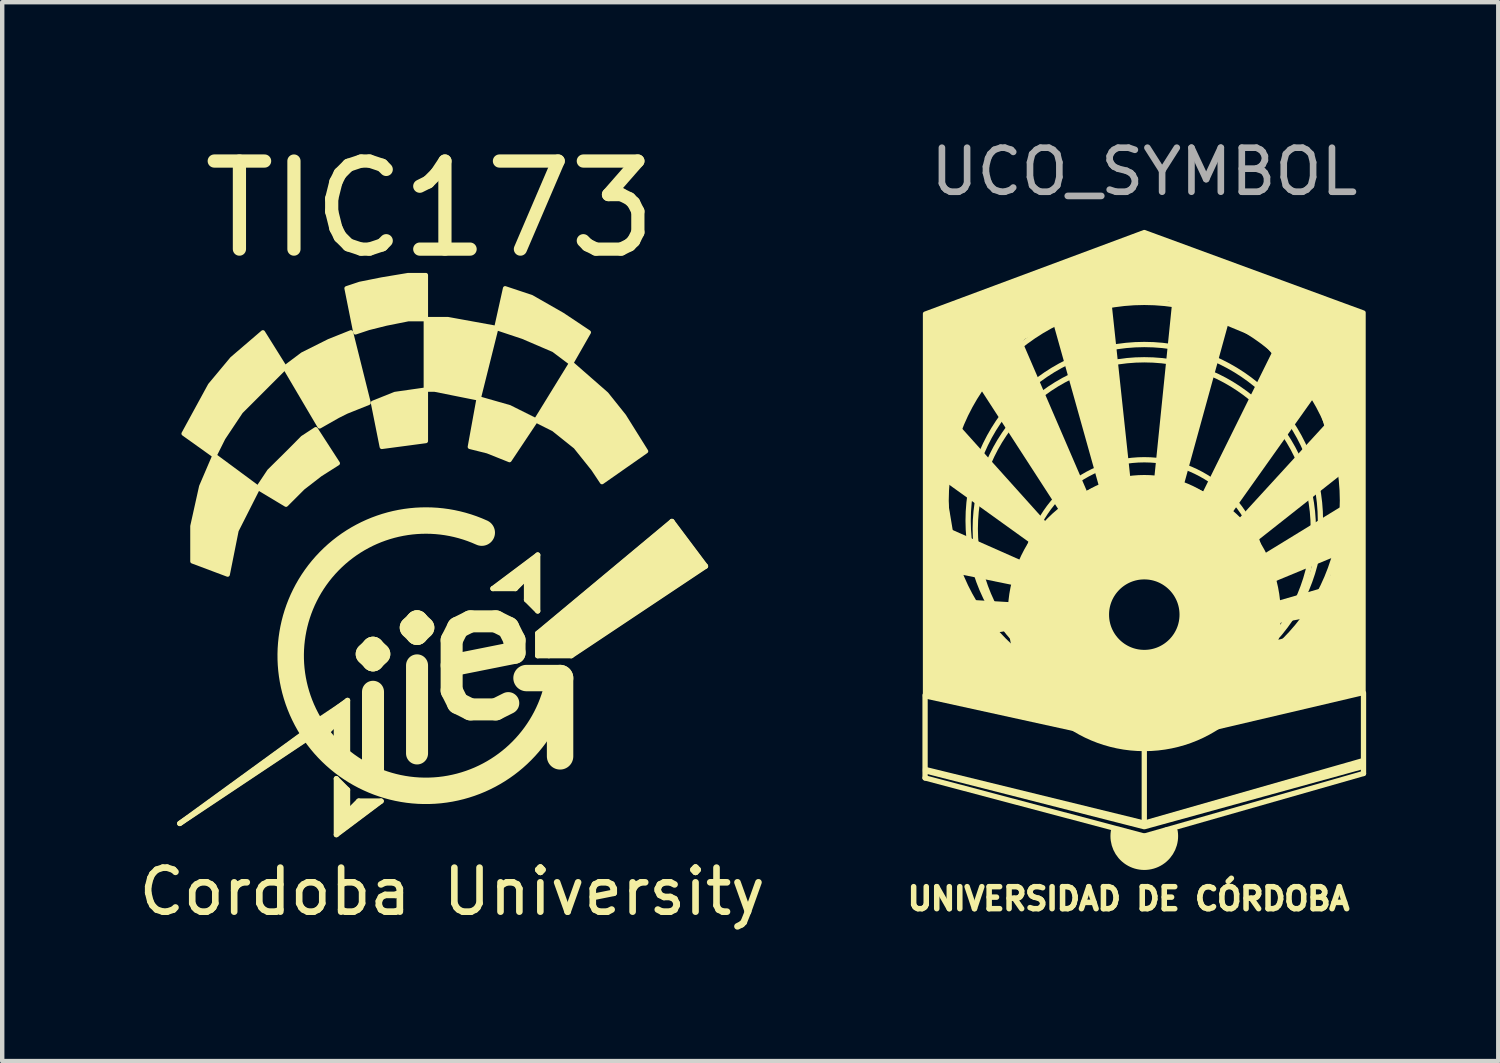
<source format=kicad_pcb>
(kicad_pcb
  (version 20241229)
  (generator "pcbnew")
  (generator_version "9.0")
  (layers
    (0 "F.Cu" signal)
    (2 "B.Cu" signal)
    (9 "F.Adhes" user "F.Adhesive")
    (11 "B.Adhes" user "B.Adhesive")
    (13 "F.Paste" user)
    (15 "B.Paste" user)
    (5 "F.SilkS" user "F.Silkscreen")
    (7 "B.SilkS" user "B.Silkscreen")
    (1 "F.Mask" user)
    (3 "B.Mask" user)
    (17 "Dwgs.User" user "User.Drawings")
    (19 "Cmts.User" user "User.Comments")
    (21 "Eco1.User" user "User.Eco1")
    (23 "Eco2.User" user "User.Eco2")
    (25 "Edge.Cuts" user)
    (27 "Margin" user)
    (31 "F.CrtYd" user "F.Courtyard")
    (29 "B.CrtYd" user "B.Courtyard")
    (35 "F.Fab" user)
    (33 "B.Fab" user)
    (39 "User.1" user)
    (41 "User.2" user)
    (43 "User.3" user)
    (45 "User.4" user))
  (footprint "TIC173"
    (layer "F.Cu")
    (at 6.62 5.997)
    (property "Reference" "TIC173" (at 0.1 -4.3 0) (layer "F.SilkS") (effects (font (size 2 2) (thickness 0.3))))
    (attr through_hole)
    (fp_line (start -5.588 9.652) (end -2.54 7.62) (stroke (width 0.12) (type solid)) (layer "F.SilkS"))
    (fp_line (start -2.794 7.62) (end -5.588 9.652) (stroke (width 0.12) (type solid)) (layer "F.SilkS"))
    (fp_line (start -2.794 7.62) (end -2.286 7.62) (stroke (width 0.12) (type solid)) (layer "F.SilkS"))
    (fp_line (start -2.286 7.62) (end -2.032 7.366) (stroke (width 0.12) (type solid)) (layer "F.SilkS"))
    (fp_line (start -2.032 7.366) (end -2.032 7.874) (stroke (width 0.12) (type solid)) (layer "F.SilkS"))
    (fp_line (start -2.032 7.874) (end -1.778 8.128) (stroke (width 0.12) (type solid)) (layer "F.SilkS"))
    (fp_line (start -2.032 8.636) (end -2.032 9.906) (stroke (width 0.12) (type solid)) (layer "F.SilkS"))
    (fp_line (start -2.032 9.906) (end -1.016 9.144) (stroke (width 0.12) (type solid)) (layer "F.SilkS"))
    (fp_line (start -1.778 6.858) (end -2.794 7.62) (stroke (width 0.12) (type solid)) (layer "F.SilkS"))
    (fp_line (start -1.778 8.128) (end -1.778 6.858) (stroke (width 0.12) (type solid)) (layer "F.SilkS"))
    (fp_line (start -1.778 8.89) (end -2.032 8.636) (stroke (width 0.12) (type solid)) (layer "F.SilkS"))
    (fp_line (start -1.778 9.398) (end -1.778 8.89) (stroke (width 0.12) (type solid)) (layer "F.SilkS"))
    (fp_line (start -1.524 9.144) (end -1.778 9.398) (stroke (width 0.12) (type solid)) (layer "F.SilkS"))
    (fp_line (start -1.016 9.144) (end -1.524 9.144) (stroke (width 0.12) (type solid)) (layer "F.SilkS"))
    (fp_line (start 1.524 4.318) (end 2.032 4.318) (stroke (width 0.12) (type solid)) (layer "F.SilkS"))
    (fp_line (start 2.032 4.318) (end 2.286 4.064) (stroke (width 0.12) (type solid)) (layer "F.SilkS"))
    (fp_line (start 2.286 4.064) (end 2.286 4.572) (stroke (width 0.12) (type solid)) (layer "F.SilkS"))
    (fp_line (start 2.286 4.572) (end 2.54 4.826) (stroke (width 0.12) (type solid)) (layer "F.SilkS"))
    (fp_line (start 2.286 6.35) (end 3.048 6.35) (stroke (width 0.6) (type solid)) (layer "F.SilkS"))
    (fp_line (start 2.54 3.556) (end 1.524 4.318) (stroke (width 0.12) (type solid)) (layer "F.SilkS"))
    (fp_line (start 2.54 4.826) (end 2.54 3.556) (stroke (width 0.12) (type solid)) (layer "F.SilkS"))
    (fp_line (start 2.54 5.334) (end 2.54 5.842) (stroke (width 0.12) (type solid)) (layer "F.SilkS"))
    (fp_line (start 2.54 5.334) (end 5.588 2.794) (stroke (width 0.12) (type solid)) (layer "F.SilkS"))
    (fp_line (start 2.54 5.842) (end 2.794 5.842) (stroke (width 0.12) (type solid)) (layer "F.SilkS"))
    (fp_line (start 2.794 5.842) (end 3.302 5.842) (stroke (width 0.12) (type solid)) (layer "F.SilkS"))
    (fp_line (start 3.048 6.35) (end 3.048 8.128) (stroke (width 0.6) (type solid)) (layer "F.SilkS"))
    (fp_line (start 3.302 5.842) (end 6.35 3.81) (stroke (width 0.12) (type solid)) (layer "F.SilkS"))
    (fp_line (start 6.35 3.81) (end 5.588 2.794) (stroke (width 0.12) (type solid)) (layer "F.SilkS"))
    (fp_arc (start 2.977357 6.586764) (mid -2.764185 7.175645) (end 1.269999 3.048001) (stroke (width 0.6) (type solid)) (layer "F.SilkS"))
    (fp_poly (pts (xy -2.54 7.62) (xy -5.588 9.652) (xy -2.794 7.62)) (stroke (width 0.1) (type solid)) (fill yes) (layer "F.SilkS"))
    (fp_poly (pts (xy -1.2 0.1) (xy -1 1.1) (xy 0 0.967) (xy 0 -0.2) (xy -0.7 -0.1)) (stroke (width 0.1) (type solid)) (fill yes) (layer "F.SilkS"))
    (fp_poly (pts (xy 2.54 5.334) (xy 2.54 5.842) (xy 3.302 5.842) (xy 6.35 3.81) (xy 5.588 2.794)) (stroke (width 0.1) (type solid)) (fill yes) (layer "F.SilkS"))
    (fp_poly (pts (xy -2.032 8.636) (xy -1.778 8.89) (xy -1.778 9.398) (xy -1.524 9.144) (xy -1.016 9.144) (xy -2.032 9.906)) (stroke (width 0.1) (type solid)) (fill yes) (layer "F.SilkS"))
    (fp_poly (pts (xy -1.778 8.128) (xy -1.778 6.858) (xy -2.54 7.366) (xy -2.286 7.62) (xy -2.032 7.366) (xy -2.032 7.874)) (stroke (width 0.1) (type solid)) (fill yes) (layer "F.SilkS"))
    (fp_poly (pts (xy 0 -0.2) (xy 0 -1.8) (xy 0.5 -1.8) (xy 1.6 -1.6) (xy 1.2 0) (xy 0.2 -0.2)) (stroke (width 0.1) (type solid)) (fill yes) (layer "F.SilkS"))
    (fp_poly (pts (xy 1.2 0) (xy 1 1.1) (xy 1.4 1.2) (xy 1.9 1.4) (xy 2.5 0.5) (xy 1.9 0.2)) (stroke (width 0.1) (type solid)) (fill yes) (layer "F.SilkS"))
    (fp_poly (pts (xy 2.54 4.826) (xy 2.54 3.556) (xy 1.524 4.318) (xy 2.032 4.318) (xy 2.286 4.064) (xy 2.286 4.572)) (stroke (width 0.1) (type solid)) (fill yes) (layer "F.SilkS"))
    (fp_poly (pts (xy -3.81 2.032) (xy -4.8 1.3) (xy -5.1 2) (xy -5.3 2.9) (xy -5.3 3.7) (xy -4.5 4) (xy -4.3 3)) (stroke (width 0.1) (type solid)) (fill yes) (layer "F.SilkS"))
    (fp_poly (pts (xy -3.2 -0.7) (xy -2.413 0.635) (xy -2 0.4) (xy -1.8 0.3) (xy -1.3 0.1) (xy -1.7 -1.5) (xy -2.2 -1.3) (xy -2.8 -1)) (stroke (width 0.1) (type solid)) (fill yes) (layer "F.SilkS"))
    (fp_poly (pts (xy 1.6 -1.6) (xy 1.8 -2.5) (xy 2.4 -2.3) (xy 3.1 -1.9) (xy 3.7 -1.5) (xy 3.3 -0.8) (xy 2.9 -1.1) (xy 2.2 -1.4)) (stroke (width 0.1) (type solid)) (fill yes) (layer "F.SilkS"))
    (fp_poly (pts (xy -4.8 1.3) (xy -4.6 0.9) (xy -4.2 0.3) (xy -3.4 -0.5) (xy -3.2 -0.7) (xy -3.7 -1.5) (xy -4.4 -0.9) (xy -4.9 -0.3) (xy -5.5 0.8)) (stroke (width 0.1) (type solid)) (fill yes) (layer "F.SilkS"))
    (fp_poly (pts (xy -3.175 2.413) (xy -2.794 2.032) (xy -2.4 1.727) (xy -2 1.473) (xy -2.5 0.7) (xy -2.797 0.894) (xy -3.1 1.2) (xy -3.556 1.651) (xy -3.81 2.032)) (stroke (width 0.1) (type solid)) (fill yes) (layer "F.SilkS"))
    (fp_poly (pts (xy 2.5 0.5) (xy 3.3 -0.8) (xy 4.1 -0.1) (xy 4.5 0.4) (xy 5 1.2) (xy 4 1.9) (xy 3.8 1.6) (xy 3.4 1.1) (xy 2.9 0.7)) (stroke (width 0.1) (type solid)) (fill yes) (layer "F.SilkS"))
    (fp_poly (pts (xy -1.6 -1.5) (xy -1.8 -2.5) (xy -1.5 -2.6) (xy -1 -2.7) (xy -0.4 -2.8) (xy -0.1 -2.8) (xy 0 -2.8) (xy 0 -1.8) (xy -0.4 -1.8) (xy -0.9 -1.7) (xy -1.3 -1.6)) (stroke (width 0.1) (type solid)) (fill yes) (layer "F.SilkS"))
    (fp_text user "Cordoba University" (at 0.6 11.2 0) (layer "F.SilkS") (effects (font (size 1 1) (thickness 0.15))))
    (fp_text user "i" (at -0.2 6.7 0) (layer "F.SilkS") (effects (font (size 3 3) (thickness 0.5))))
    (fp_text user "i" (at -1.2 7.3 0) (layer "F.SilkS") (effects (font (size 3 3) (thickness 0.5))))
    (fp_text user "e" (at 1.3 5.7 0) (layer "F.SilkS") (effects (font (size 3 3) (thickness 0.5)))))
  (footprint "UCO_SYMBOL"
    (layer "F.Cu")
    (at 22.934 12.685)
    (property "Reference" "UCO_SYMBOL" (at 0 -11.836 0) (layer "F.Fab") (effects (font (size 1 1) (thickness 0.15))))
    (attr through_hole)
    (fp_line (start -4.978 0.051) (end -4.978 1.93) (stroke (width 0.12) (type solid)) (layer "F.SilkS"))
    (fp_line (start -4.978 1.93) (end 0 3.251) (stroke (width 0.12) (type solid)) (layer "F.SilkS"))
    (fp_line (start 0 1.219) (end 0 2.896) (stroke (width 0.12) (type solid)) (layer "F.SilkS"))
    (fp_line (start 0 3.251) (end 4.978 1.829) (stroke (width 0.12) (type solid)) (layer "F.SilkS"))
    (fp_line (start 4.978 1.829) (end 4.978 0) (stroke (width 0.12) (type solid)) (layer "F.SilkS"))
    (fp_arc (start 0.6604 3.1496) (mid 0 3.91937) (end -0.6604 3.1496) (stroke (width 0.2) (type solid)) (layer "F.SilkS"))
    (fp_circle (center 0 -4.369) (end 4.5 -4.369) (stroke (width 0.12) (type solid)) (fill no) (layer "F.SilkS"))
    (fp_circle (center 0 -3.912) (end 4 -3.912) (stroke (width 0.12) (type solid)) (fill no) (layer "F.SilkS"))
    (fp_circle (center 0 -3.727) (end -0.127 -7.563) (stroke (width 0.12) (type solid)) (fill no) (layer "F.SilkS"))
    (fp_circle (center 0 -2.595) (end 2.7 -2.595) (stroke (width 0.12) (type solid)) (fill no) (layer "F.SilkS"))
    (fp_circle (center 0 -2.389) (end 2.5 -2.389) (stroke (width 0.12) (type solid)) (fill no) (layer "F.SilkS"))
    (fp_circle (center 0 -1.778) (end 0.8 -1.778) (stroke (width 2.3) (type solid)) (fill no) (layer "F.SilkS"))
    (fp_poly (pts (xy 3.607 -0.762) (xy 0.813 -0.61) (xy 3.708 -1.321)) (stroke (width 0.1) (type solid)) (fill yes) (layer "F.SilkS"))
    (fp_poly (pts (xy -1.626 -2.438) (xy -1.676 -2.235) (xy -4.674 -2.845) (xy -4.724 -3.81)) (stroke (width 0.1) (type solid)) (fill yes) (layer "F.SilkS"))
    (fp_poly (pts (xy -1.321 -2.794) (xy -1.372 -2.591) (xy -4.623 -4.928) (xy -4.47 -6.299)) (stroke (width 0.1) (type solid)) (fill yes) (layer "F.SilkS"))
    (fp_poly (pts (xy -1.27 -0.66) (xy -3.353 -0.102) (xy -3.658 -0.762) (xy -1.321 -0.914)) (stroke (width 0.1) (type solid)) (fill yes) (layer "F.SilkS"))
    (fp_poly (pts (xy -0.762 -3.2) (xy -1.067 -2.896) (xy -3.962 -7.366) (xy -2.997 -8.382)) (stroke (width 0.1) (type solid)) (fill yes) (layer "F.SilkS"))
    (fp_poly (pts (xy -0.203 -3.353) (xy -0.559 -3.2) (xy -2.083 -8.636) (xy -0.813 -9.042)) (stroke (width 0.1) (type solid)) (fill yes) (layer "F.SilkS"))
    (fp_poly (pts (xy 0.406 1.067) (xy -0.406 1.067) (xy -1.93 0) (xy 1.473 -0.051)) (stroke (width 0.1) (type solid)) (fill yes) (layer "F.SilkS"))
    (fp_poly (pts (xy 1.981 -8.839) (xy 0.483 -3.404) (xy 0.127 -3.404) (xy 0.711 -9.144)) (stroke (width 0.1) (type solid)) (fill yes) (layer "F.SilkS"))
    (fp_poly (pts (xy 4.064 -1.829) (xy 1.422 -1.321) (xy 1.422 -1.575) (xy 4.064 -2.337)) (stroke (width 0.1) (type solid)) (fill yes) (layer "F.SilkS"))
    (fp_poly (pts (xy 4.115 -7.163) (xy 1.194 -3.048) (xy 0.737 -3.251) (xy 3.15 -8.128)) (stroke (width 0.1) (type solid)) (fill yes) (layer "F.SilkS"))
    (fp_poly (pts (xy 4.572 -3.251) (xy 1.626 -2.032) (xy 1.473 -2.337) (xy 4.623 -4.267)) (stroke (width 0.1) (type solid)) (fill yes) (layer "F.SilkS"))
    (fp_poly (pts (xy 4.674 -5.182) (xy 1.422 -2.616) (xy 1.219 -2.87) (xy 4.267 -6.198)) (stroke (width 0.1) (type solid)) (fill yes) (layer "F.SilkS"))
    (fp_poly (pts (xy -1.724 -1.933) (xy -1.676 -1.981) (xy -1.626 -1.727) (xy -3.912 -1.321) (xy -4.267 -2.083)) (stroke (width 0.1) (type solid)) (fill yes) (layer "F.SilkS"))
    (fp_poly (pts (xy 4.978 1.676) (xy 0 3.048) (xy -4.978 1.778) (xy -4.978 1.727) (xy 0 2.946) (xy 4.978 1.524)) (stroke (width 0.1) (type solid)) (fill yes) (layer "F.SilkS"))
    (fp_poly (pts (xy 0.61 3.2) (xy 0.61 3.505) (xy 0.457 3.759) (xy -0.102 3.861) (xy -0.406 3.708) (xy -0.61 3.404) (xy -0.66 3.15) (xy -0.102 3.302) (xy 0.203 3.251) (xy 0.508 3.099)) (stroke (width 0.1) (type solid)) (fill yes) (layer "F.SilkS"))
    (fp_poly (pts (xy 4.978 -8.636) (xy 4.978 0) (xy 0 1.168) (xy 3.353 -1.27) (xy 4.267 -2.642) (xy 4.572 -4.572) (xy 4.013 -6.502) (xy 2.642 -8.077) (xy 0.559 -8.941) (xy -1.067 -8.839) (xy -2.743 -8.077) (xy -4.064 -6.502) (xy -4.572 -4.724) (xy -4.216 -2.591) (xy -3.251 -1.118) (xy -2.235 -0.356) (xy 0 1.168) (xy -4.978 0.076) (xy -4.978 -8.611) (xy 0 -10.465)) (stroke (width 0.1) (type solid)) (fill yes) (layer "F.SilkS"))
    (fp_text user "UNIVERSIDAD DE CÓRDOBA" (at -0.356 4.674 0) (layer "F.SilkS") (effects (font (size 0.5 0.5) (thickness 0.125)))))
  (gr_rect
    (start -3 -3)
    (end 30.972 21.045)
    (stroke (width 0.1) (type default))
    (fill no)
    (layer "Edge.Cuts")))
</source>
